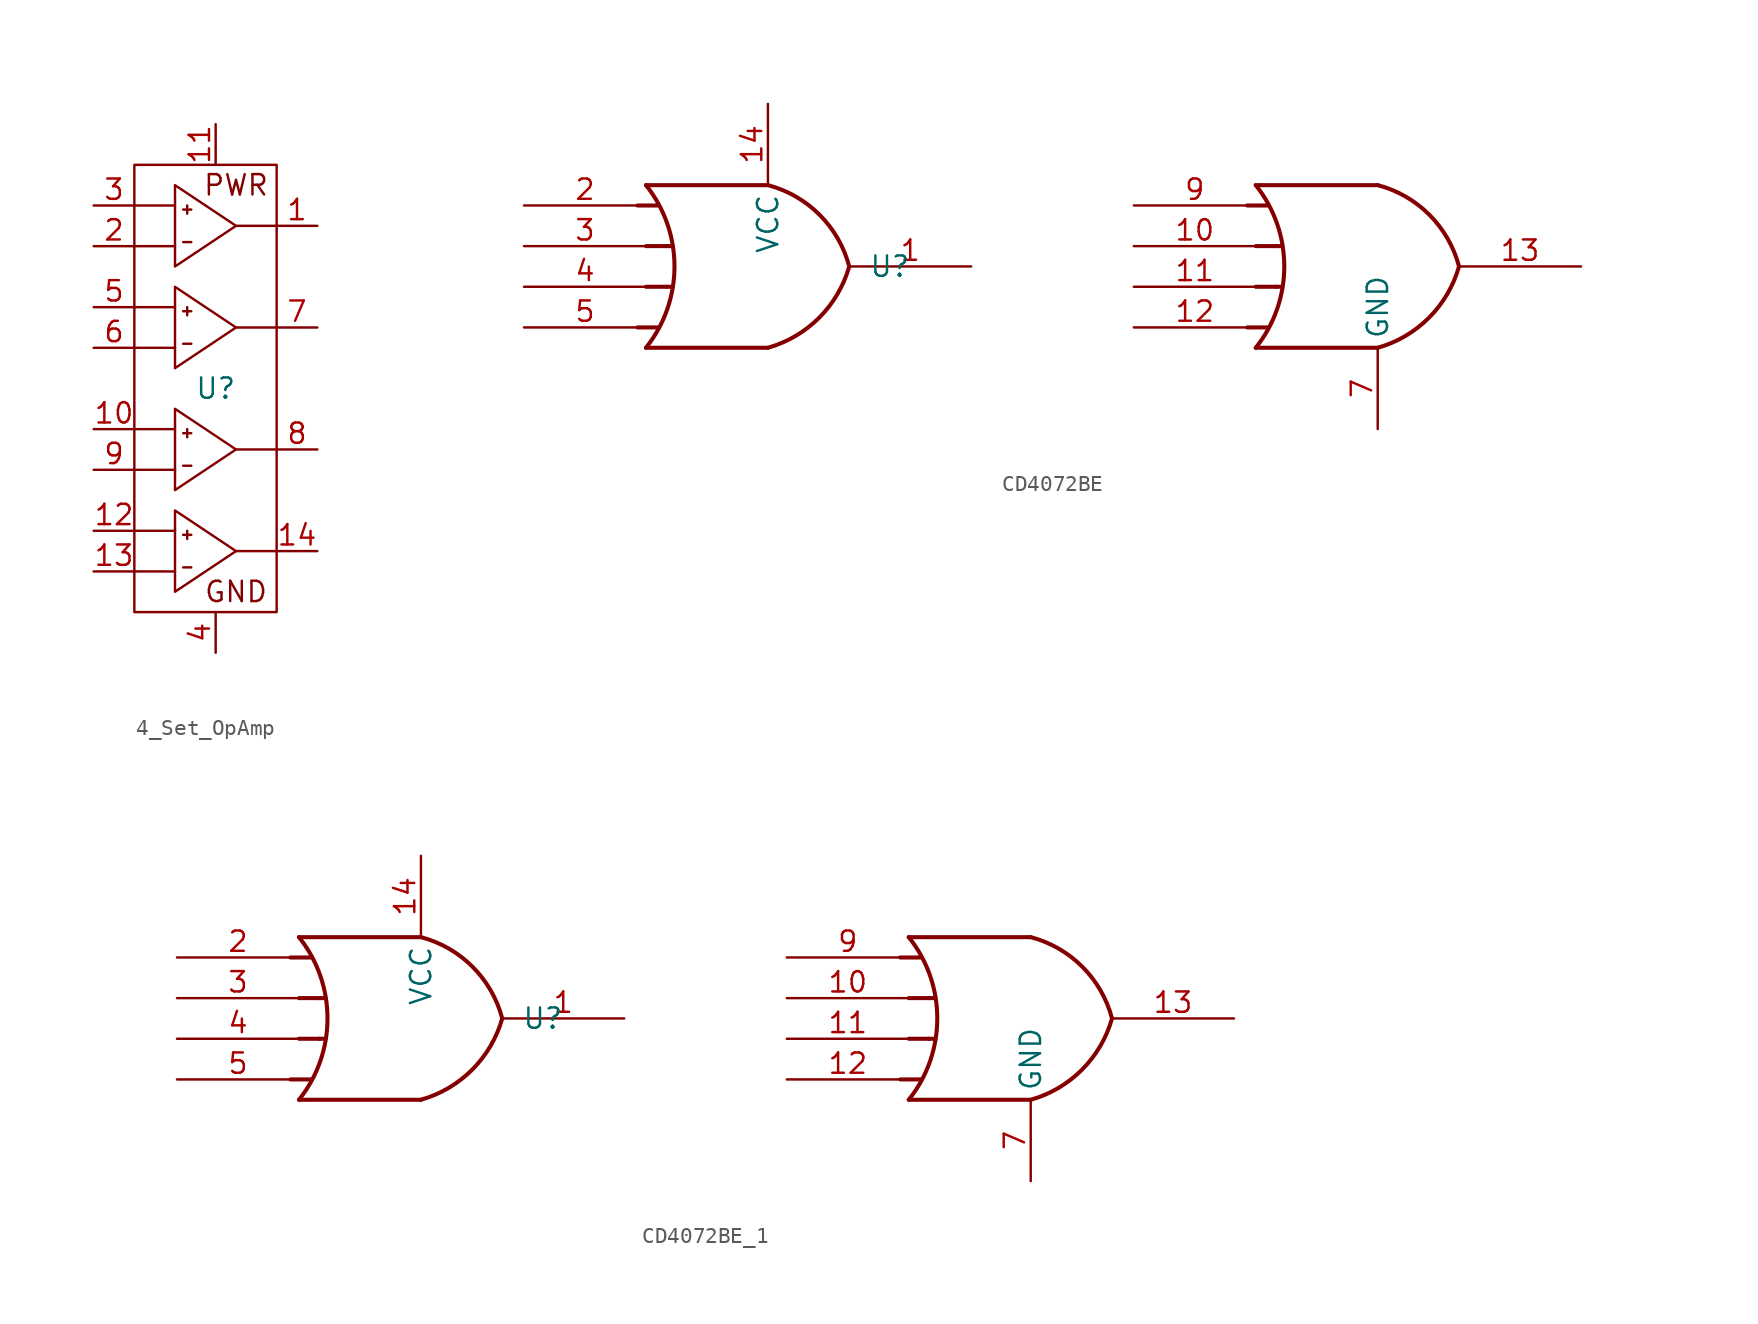
<source format=kicad_sym>
(kicad_symbol_lib
  (version 20220914)
  (generator kicad_symbol_editor)
  (symbol "4_Set_OpAmp"
    (property "Reference" "U"
      (at 0 0 0)
      (effects (font (size 1.27 1.27))))
    (property "Value" ""
      (at 0 0 0)
      (effects (font (size 1.27 1.27))))
    (symbol "4_Set_OpAmp_0_1"
      (rectangle (start -5.08 13.97) (end 3.81 -13.97) (stroke (width 0) (type default)) (fill (type none)))
      (polyline (pts (xy -5.08 -11.43) (xy -2.54 -11.43)) (stroke (width 0) (type default)) (fill (type none)))
      (polyline (pts (xy -5.08 -8.89) (xy -2.54 -8.89)) (stroke (width 0) (type default)) (fill (type none)))
      (polyline (pts (xy -5.08 -5.08) (xy -2.54 -5.08)) (stroke (width 0) (type default)) (fill (type none)))
      (polyline (pts (xy -5.08 2.54) (xy -2.54 2.54)) (stroke (width 0) (type default)) (fill (type none)))
      (polyline (pts (xy -5.08 5.08) (xy -2.54 5.08)) (stroke (width 0) (type default)) (fill (type none)))
      (polyline (pts (xy -5.08 8.89) (xy -2.54 8.89)) (stroke (width 0) (type default)) (fill (type none)))
      (polyline (pts (xy -5.08 11.43) (xy -2.54 11.43)) (stroke (width 0) (type default)) (fill (type none)))
      (polyline (pts (xy -2.032 -11.176) (xy -1.524 -11.176)) (stroke (width 0) (type default)) (fill (type none)))
      (polyline (pts (xy -2.032 -4.826) (xy -1.524 -4.826)) (stroke (width 0) (type default)) (fill (type none)))
      (polyline (pts (xy -2.032 2.794) (xy -1.524 2.794)) (stroke (width 0) (type default)) (fill (type none)))
      (polyline (pts (xy -2.032 9.144) (xy -1.524 9.144)) (stroke (width 0) (type default)) (fill (type none)))
      (polyline (pts (xy 1.27 -10.16) (xy 3.81 -10.16)) (stroke (width 0) (type default)) (fill (type none)))
      (polyline (pts (xy 1.27 -3.81) (xy 3.81 -3.81)) (stroke (width 0) (type default)) (fill (type none)))
      (polyline (pts (xy 1.27 3.81) (xy 3.81 3.81)) (stroke (width 0) (type default)) (fill (type none)))
      (polyline (pts (xy 1.27 10.16) (xy 3.81 10.16)) (stroke (width 0) (type default)) (fill (type none)))
      (polyline (pts (xy -5.08 -2.54) (xy -2.54 -2.54) (xy -3.81 -2.54)) (stroke (width 0) (type default)) (fill (type none)))
      (polyline (pts (xy -2.54 -7.62) (xy 1.27 -10.16) (xy -2.54 -12.7) (xy -2.54 -7.62)) (stroke (width 0) (type default)) (fill (type none)))
      (polyline (pts (xy -2.54 -1.27) (xy 1.27 -3.81) (xy -2.54 -6.35) (xy -2.54 -1.27)) (stroke (width 0) (type default)) (fill (type none)))
      (polyline (pts (xy -2.54 6.35) (xy 1.27 3.81) (xy -2.54 1.27) (xy -2.54 6.35)) (stroke (width 0) (type default)) (fill (type none)))
      (polyline (pts (xy -2.54 12.7) (xy 1.27 10.16) (xy -2.54 7.62) (xy -2.54 12.7)) (stroke (width 0) (type default)) (fill (type none)))
      (polyline (pts (xy -1.778 -8.89) (xy -1.778 -9.398) (xy -1.778 -9.144) (xy -1.524 -9.144) (xy -2.032 -9.144) (xy -1.651 -9.144)) (stroke (width 0) (type default)) (fill (type none)))
      (polyline (pts (xy -1.778 -2.54) (xy -1.778 -3.048) (xy -1.778 -2.794) (xy -1.524 -2.794) (xy -2.032 -2.794) (xy -1.651 -2.794)) (stroke (width 0) (type default)) (fill (type none)))
      (polyline (pts (xy -1.778 5.08) (xy -1.778 4.572) (xy -1.778 4.826) (xy -1.524 4.826) (xy -2.032 4.826) (xy -1.651 4.826)) (stroke (width 0) (type default)) (fill (type none)))
      (polyline (pts (xy -1.778 11.43) (xy -1.778 10.922) (xy -1.778 11.176) (xy -1.524 11.176) (xy -2.032 11.176) (xy -1.651 11.176)) (stroke (width 0) (type default)) (fill (type none))))
    (symbol "4_Set_OpAmp_1_1"
      (text "GND" (at 1.27 -12.7 0) (effects (font (size 1.27 1.27))))
      (text "PWR" (at 1.27 12.7 0) (effects (font (size 1.27 1.27))))
      (pin output line (at 6.35 10.16 180) (length 2.54) (name "" (effects (font (size 1.27 1.27)))) (number "1" (effects (font (size 1.27 1.27)))))
      (pin input line (at -7.62 -2.54 0) (length 2.54) (name "" (effects (font (size 1.27 1.27)))) (number "10" (effects (font (size 1.27 1.27)))))
      (pin power_in line (at 0 16.51 270) (length 2.54) (name "" (effects (font (size 1.27 1.27)))) (number "11" (effects (font (size 1.27 1.27)))))
      (pin input line (at -7.62 -8.89 0) (length 2.54) (name "" (effects (font (size 1.27 1.27)))) (number "12" (effects (font (size 1.27 1.27)))))
      (pin input line (at -7.62 -11.43 0) (length 2.54) (name "" (effects (font (size 1.27 1.27)))) (number "13" (effects (font (size 1.27 1.27)))))
      (pin output line (at 6.35 -10.16 180) (length 2.54) (name "" (effects (font (size 1.27 1.27)))) (number "14" (effects (font (size 1.27 1.27)))))
      (pin input line (at -7.62 8.89 0) (length 2.54) (name "" (effects (font (size 1.27 1.27)))) (number "2" (effects (font (size 1.27 1.27)))))
      (pin input line (at -7.62 11.43 0) (length 2.54) (name "" (effects (font (size 1.27 1.27)))) (number "3" (effects (font (size 1.27 1.27)))))
      (pin power_out line (at 0 -16.51 90) (length 2.54) (name "" (effects (font (size 1.27 1.27)))) (number "4" (effects (font (size 1.27 1.27)))))
      (pin input line (at -7.62 5.08 0) (length 2.54) (name "" (effects (font (size 1.27 1.27)))) (number "5" (effects (font (size 1.27 1.27)))))
      (pin input line (at -7.62 2.54 0) (length 2.54) (name "" (effects (font (size 1.27 1.27)))) (number "6" (effects (font (size 1.27 1.27)))))
      (pin output line (at 6.35 3.81 180) (length 2.54) (name "" (effects (font (size 1.27 1.27)))) (number "7" (effects (font (size 1.27 1.27)))))
      (pin output line (at 6.35 -3.81 180) (length 2.54) (name "" (effects (font (size 1.27 1.27)))) (number "8" (effects (font (size 1.27 1.27)))))
      (pin input line (at -7.62 -5.08 0) (length 2.54) (name "" (effects (font (size 1.27 1.27)))) (number "9" (effects (font (size 1.27 1.27)))))))
  (symbol "CD4072BE"
    (property "Reference" "U"
      (at 0 0 0)
      (effects (font (size 1.27 1.27))))
    (property "Value" ""
      (at 0 0 0)
      (effects (font (size 1.27 1.27))))
    (symbol "CD4072BE_0_1"
      (arc (start -15.24 -5.08) (mid -13.458 0) (end -15.24 5.08) (stroke (width 0.254) (type default)) (fill (type none)))
      (arc (start -7.62 -5.08) (mid -4.418 -3.202) (end -2.54 0) (stroke (width 0.254) (type default)) (fill (type none)))
      (arc (start -2.54 0) (mid -4.3929 3.2271) (end -7.62 5.08) (stroke (width 0.254) (type default)) (fill (type none)))
      (polyline (pts (xy -15.773 -3.81) (xy -14.503 -3.81)) (stroke (width 0.254) (type default)) (fill (type background)))
      (polyline (pts (xy -15.773 3.81) (xy -14.503 3.81)) (stroke (width 0.254) (type default)) (fill (type background)))
      (polyline (pts (xy -15.24 1.27) (xy -13.97 1.27)) (stroke (width 0.254) (type default)) (fill (type background)))
      (polyline (pts (xy -7.62 -5.08) (xy -15.24 -5.08)) (stroke (width 0.254) (type default)) (fill (type background)))
      (polyline (pts (xy -7.62 5.08) (xy -15.24 5.08)) (stroke (width 0.254) (type default)) (fill (type background)))
      (polyline (pts (xy 22.327 -3.81) (xy 23.597 -3.81)) (stroke (width 0.254) (type default)) (fill (type background)))
      (polyline (pts (xy 22.327 3.81) (xy 23.597 3.81)) (stroke (width 0.254) (type default)) (fill (type background)))
      (polyline (pts (xy 22.86 1.27) (xy 24.13 1.27)) (stroke (width 0.254) (type default)) (fill (type background)))
      (polyline (pts (xy 30.48 -5.08) (xy 22.86 -5.08)) (stroke (width 0.254) (type default)) (fill (type background)))
      (polyline (pts (xy 30.48 5.08) (xy 22.86 5.08)) (stroke (width 0.254) (type default)) (fill (type background)))
      (arc (start 22.86 -5.08) (mid 24.642 0) (end 22.86 5.08) (stroke (width 0.254) (type default)) (fill (type none)))
      (arc (start 30.48 -5.08) (mid 33.682 -3.202) (end 35.56 0) (stroke (width 0.254) (type default)) (fill (type none)))
      (arc (start 35.56 0) (mid 33.7071 3.2271) (end 30.48 5.08) (stroke (width 0.254) (type default)) (fill (type none))))
    (symbol "CD4072BE_1_1"
      (polyline (pts (xy -15.24 -1.27) (xy -13.97 -1.27)) (stroke (width 0.254) (type default)) (fill (type outline)))
      (polyline (pts (xy -13.97 -1.27) (xy -13.589 -1.27)) (stroke (width 0.254) (type default)) (fill (type outline)))
      (polyline (pts (xy -13.97 1.27) (xy -13.589 1.27)) (stroke (width 0.254) (type default)) (fill (type outline)))
      (polyline (pts (xy 22.86 -1.27) (xy 24.13 -1.27)) (stroke (width 0.254) (type default)) (fill (type outline)))
      (polyline (pts (xy 24.13 -1.27) (xy 24.511 -1.27)) (stroke (width 0.254) (type default)) (fill (type outline)))
      (polyline (pts (xy 24.13 1.27) (xy 24.511 1.27)) (stroke (width 0.254) (type default)) (fill (type outline)))
      (pin output line (at 5.08 0 180) (length 7.62) (name "~" (effects (font (size 1.27 1.27)))) (number "1" (effects (font (size 1.27 1.27)))))
      (pin input line (at 15.24 1.27 0) (length 7.62) (name "~" (effects (font (size 1.27 1.27)))) (number "10" (effects (font (size 1.27 1.27)))))
      (pin input line (at 15.24 -1.27 0) (length 7.62) (name "~" (effects (font (size 1.27 1.27)))) (number "11" (effects (font (size 1.27 1.27)))))
      (pin input line (at 15.24 -3.81 0) (length 7.62) (name "~" (effects (font (size 1.27 1.27)))) (number "12" (effects (font (size 1.27 1.27)))))
      (pin output line (at 43.18 0 180) (length 7.62) (name "~" (effects (font (size 1.27 1.27)))) (number "13" (effects (font (size 1.27 1.27)))))
      (pin power_in line (at -7.62 10.16 270) (length 5.08) (name "VCC" (effects (font (size 1.27 1.27)))) (number "14" (effects (font (size 1.27 1.27)))))
      (pin input line (at -22.86 3.81 0) (length 7.62) (name "~" (effects (font (size 1.27 1.27)))) (number "2" (effects (font (size 1.27 1.27)))))
      (pin input line (at -22.86 1.27 0) (length 7.62) (name "~" (effects (font (size 1.27 1.27)))) (number "3" (effects (font (size 1.27 1.27)))))
      (pin input line (at -22.86 -1.27 0) (length 7.62) (name "~" (effects (font (size 1.27 1.27)))) (number "4" (effects (font (size 1.27 1.27)))))
      (pin input line (at -22.86 -3.81 0) (length 7.62) (name "~" (effects (font (size 1.27 1.27)))) (number "5" (effects (font (size 1.27 1.27)))))
      (pin power_in line (at 30.48 -10.16 90) (length 5.08) (name "GND" (effects (font (size 1.27 1.27)))) (number "7" (effects (font (size 1.27 1.27)))))
      (pin input line (at 15.24 3.81 0) (length 7.62) (name "~" (effects (font (size 1.27 1.27)))) (number "9" (effects (font (size 1.27 1.27)))))))
  (symbol "CD4072BE_1"
    (property "Reference" "U"
      (at 0 0 0)
      (effects (font (size 1.27 1.27))))
    (property "Value" ""
      (at 0 0 0)
      (effects (font (size 1.27 1.27))))
    (symbol "CD4072BE_1_0_1"
      (arc (start -15.24 -5.08) (mid -13.458 0) (end -15.24 5.08) (stroke (width 0.254) (type default)) (fill (type none)))
      (arc (start -7.62 -5.08) (mid -4.418 -3.202) (end -2.54 0) (stroke (width 0.254) (type default)) (fill (type none)))
      (arc (start -2.54 0) (mid -4.3929 3.2271) (end -7.62 5.08) (stroke (width 0.254) (type default)) (fill (type none)))
      (polyline (pts (xy -15.773 -3.81) (xy -14.503 -3.81)) (stroke (width 0.254) (type default)) (fill (type background)))
      (polyline (pts (xy -15.773 3.81) (xy -14.503 3.81)) (stroke (width 0.254) (type default)) (fill (type background)))
      (polyline (pts (xy -15.24 1.27) (xy -13.97 1.27)) (stroke (width 0.254) (type default)) (fill (type background)))
      (polyline (pts (xy -7.62 -5.08) (xy -15.24 -5.08)) (stroke (width 0.254) (type default)) (fill (type background)))
      (polyline (pts (xy -7.62 5.08) (xy -15.24 5.08)) (stroke (width 0.254) (type default)) (fill (type background)))
      (polyline (pts (xy 22.327 -3.81) (xy 23.597 -3.81)) (stroke (width 0.254) (type default)) (fill (type background)))
      (polyline (pts (xy 22.327 3.81) (xy 23.597 3.81)) (stroke (width 0.254) (type default)) (fill (type background)))
      (polyline (pts (xy 22.86 1.27) (xy 24.13 1.27)) (stroke (width 0.254) (type default)) (fill (type background)))
      (polyline (pts (xy 30.48 -5.08) (xy 22.86 -5.08)) (stroke (width 0.254) (type default)) (fill (type background)))
      (polyline (pts (xy 30.48 5.08) (xy 22.86 5.08)) (stroke (width 0.254) (type default)) (fill (type background)))
      (arc (start 22.86 -5.08) (mid 24.642 0) (end 22.86 5.08) (stroke (width 0.254) (type default)) (fill (type none)))
      (arc (start 30.48 -5.08) (mid 33.682 -3.202) (end 35.56 0) (stroke (width 0.254) (type default)) (fill (type none)))
      (arc (start 35.56 0) (mid 33.7071 3.2271) (end 30.48 5.08) (stroke (width 0.254) (type default)) (fill (type none))))
    (symbol "CD4072BE_1_1_1"
      (polyline (pts (xy -15.24 -1.27) (xy -13.97 -1.27)) (stroke (width 0.254) (type default)) (fill (type outline)))
      (polyline (pts (xy -13.97 -1.27) (xy -13.589 -1.27)) (stroke (width 0.254) (type default)) (fill (type outline)))
      (polyline (pts (xy -13.97 1.27) (xy -13.589 1.27)) (stroke (width 0.254) (type default)) (fill (type outline)))
      (polyline (pts (xy 22.86 -1.27) (xy 24.13 -1.27)) (stroke (width 0.254) (type default)) (fill (type outline)))
      (polyline (pts (xy 24.13 -1.27) (xy 24.511 -1.27)) (stroke (width 0.254) (type default)) (fill (type outline)))
      (polyline (pts (xy 24.13 1.27) (xy 24.511 1.27)) (stroke (width 0.254) (type default)) (fill (type outline)))
      (pin output line (at 5.08 0 180) (length 7.62) (name "~" (effects (font (size 1.27 1.27)))) (number "1" (effects (font (size 1.27 1.27)))))
      (pin input line (at 15.24 1.27 0) (length 7.62) (name "~" (effects (font (size 1.27 1.27)))) (number "10" (effects (font (size 1.27 1.27)))))
      (pin input line (at 15.24 -1.27 0) (length 7.62) (name "~" (effects (font (size 1.27 1.27)))) (number "11" (effects (font (size 1.27 1.27)))))
      (pin input line (at 15.24 -3.81 0) (length 7.62) (name "~" (effects (font (size 1.27 1.27)))) (number "12" (effects (font (size 1.27 1.27)))))
      (pin output line (at 43.18 0 180) (length 7.62) (name "~" (effects (font (size 1.27 1.27)))) (number "13" (effects (font (size 1.27 1.27)))))
      (pin power_in line (at -7.62 10.16 270) (length 5.08) (name "VCC" (effects (font (size 1.27 1.27)))) (number "14" (effects (font (size 1.27 1.27)))))
      (pin input line (at -22.86 3.81 0) (length 7.62) (name "~" (effects (font (size 1.27 1.27)))) (number "2" (effects (font (size 1.27 1.27)))))
      (pin input line (at -22.86 1.27 0) (length 7.62) (name "~" (effects (font (size 1.27 1.27)))) (number "3" (effects (font (size 1.27 1.27)))))
      (pin input line (at -22.86 -1.27 0) (length 7.62) (name "~" (effects (font (size 1.27 1.27)))) (number "4" (effects (font (size 1.27 1.27)))))
      (pin input line (at -22.86 -3.81 0) (length 7.62) (name "~" (effects (font (size 1.27 1.27)))) (number "5" (effects (font (size 1.27 1.27)))))
      (pin power_in line (at 30.48 -10.16 90) (length 5.08) (name "GND" (effects (font (size 1.27 1.27)))) (number "7" (effects (font (size 1.27 1.27)))))
      (pin input line (at 15.24 3.81 0) (length 7.62) (name "~" (effects (font (size 1.27 1.27)))) (number "9" (effects (font (size 1.27 1.27))))))))
</source>
